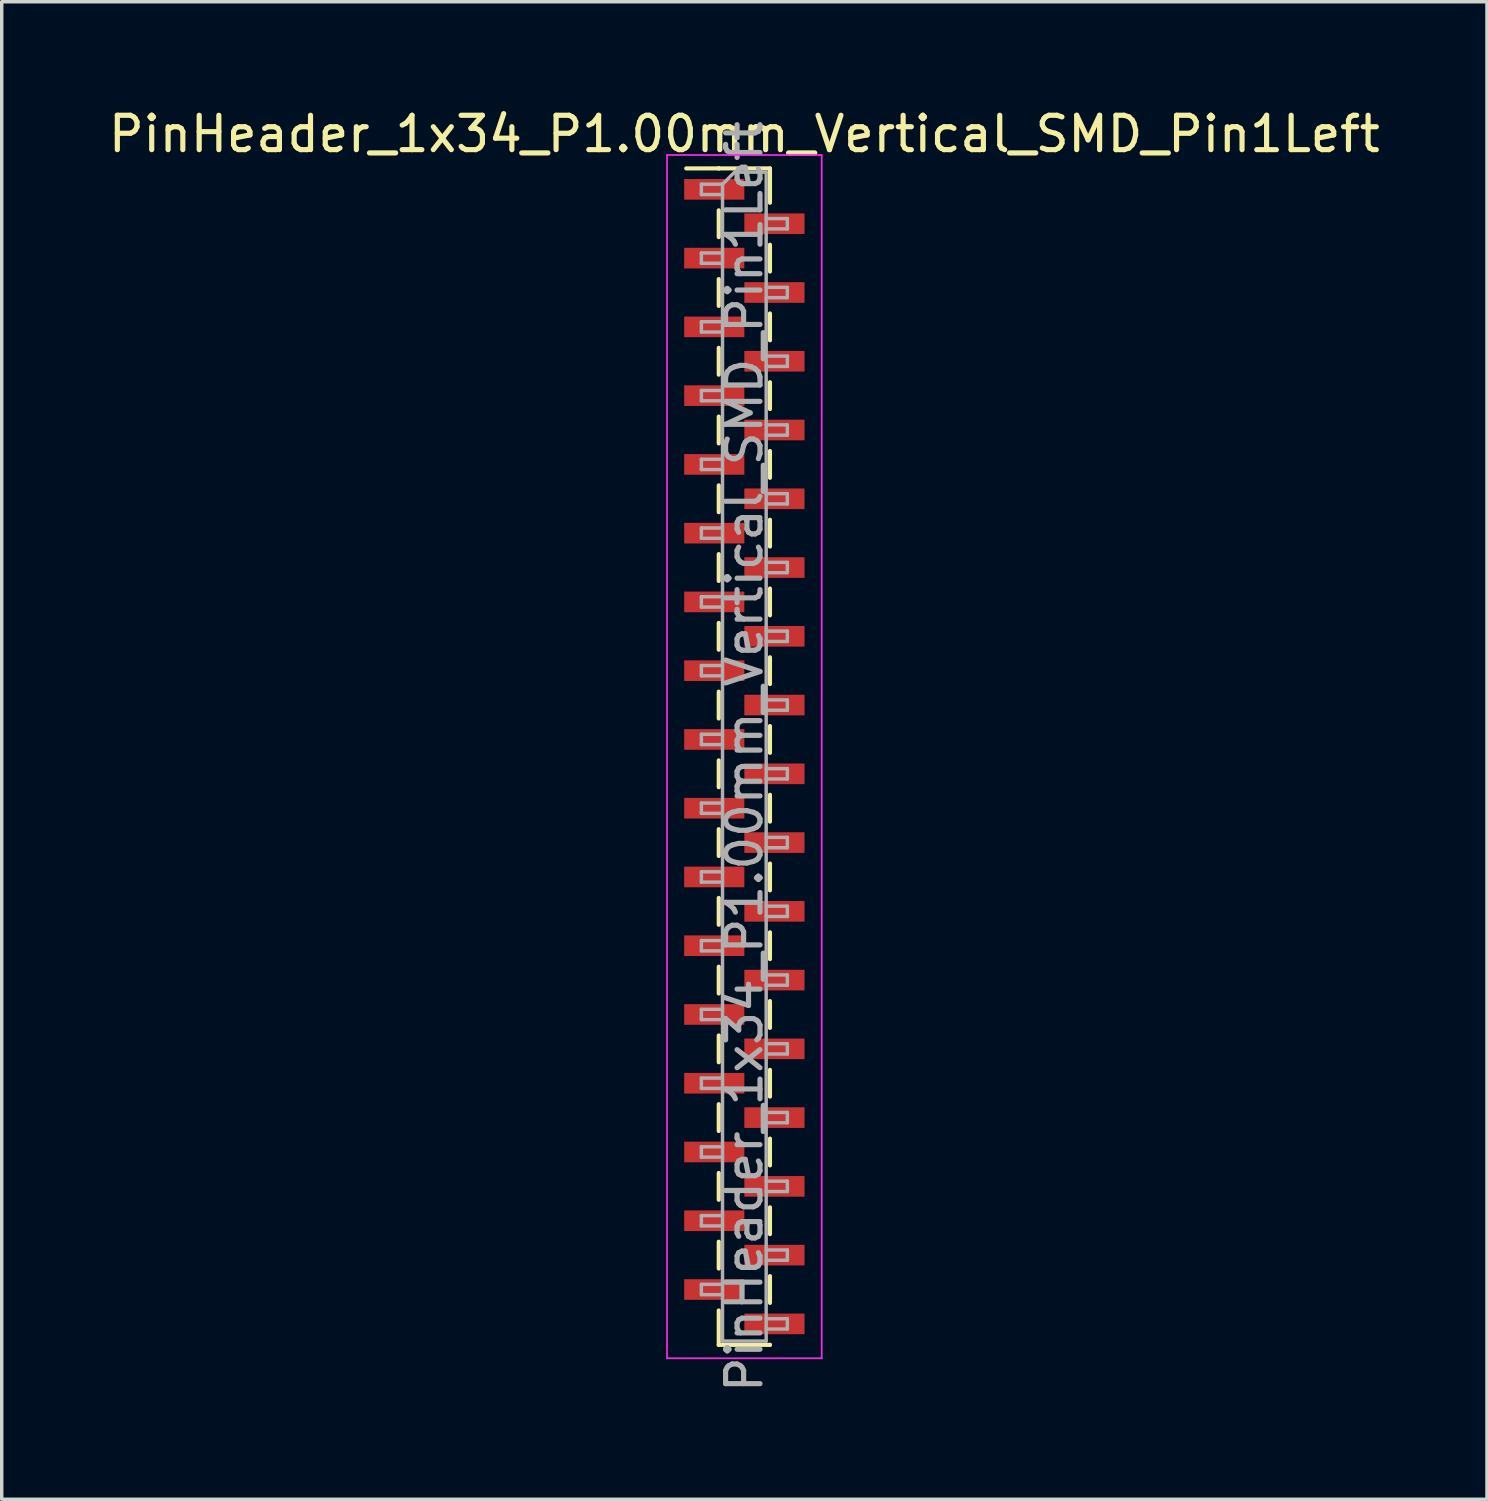
<source format=kicad_pcb>
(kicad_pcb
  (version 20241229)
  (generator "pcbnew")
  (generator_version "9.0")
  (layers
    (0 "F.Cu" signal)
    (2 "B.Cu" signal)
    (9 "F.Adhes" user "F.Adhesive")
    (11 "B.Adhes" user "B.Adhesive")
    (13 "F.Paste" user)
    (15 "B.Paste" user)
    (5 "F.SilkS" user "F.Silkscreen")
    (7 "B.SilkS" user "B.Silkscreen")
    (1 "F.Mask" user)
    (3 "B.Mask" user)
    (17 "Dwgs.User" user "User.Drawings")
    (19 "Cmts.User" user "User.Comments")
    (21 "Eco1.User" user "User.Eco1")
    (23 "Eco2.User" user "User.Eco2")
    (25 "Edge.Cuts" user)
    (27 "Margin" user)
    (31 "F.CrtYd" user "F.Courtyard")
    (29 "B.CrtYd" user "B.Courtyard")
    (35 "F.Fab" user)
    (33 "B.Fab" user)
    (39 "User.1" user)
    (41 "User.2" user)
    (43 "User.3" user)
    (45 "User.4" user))
  (footprint "PinHeader_1x34_P1.00mm_Vertical_SMD_Pin1Left"
    (layer "F.Cu")
    (at 18.601 18.958)
    (property "Reference" "PinHeader_1x34_P1.00mm_Vertical_SMD_Pin1Left" (at 0 -18.11 0) (layer "F.SilkS") (effects (font (size 1 1) (thickness 0.15))))
    (attr smd)
    (fp_line (start -0.745 -17.11) (end -1.69 -17.11) (stroke (width 0.12) (type solid)) (layer "F.SilkS"))
    (fp_line (start -0.745 -17.11) (end -0.745 -17.11) (stroke (width 0.12) (type solid)) (layer "F.SilkS"))
    (fp_line (start -0.745 -17.11) (end 0.745 -17.11) (stroke (width 0.12) (type solid)) (layer "F.SilkS"))
    (fp_line (start -0.745 -15.89) (end -0.745 -15.11) (stroke (width 0.12) (type solid)) (layer "F.SilkS"))
    (fp_line (start -0.745 -13.89) (end -0.745 -13.11) (stroke (width 0.12) (type solid)) (layer "F.SilkS"))
    (fp_line (start -0.745 -11.89) (end -0.745 -11.11) (stroke (width 0.12) (type solid)) (layer "F.SilkS"))
    (fp_line (start -0.745 -9.89) (end -0.745 -9.11) (stroke (width 0.12) (type solid)) (layer "F.SilkS"))
    (fp_line (start -0.745 -7.89) (end -0.745 -7.11) (stroke (width 0.12) (type solid)) (layer "F.SilkS"))
    (fp_line (start -0.745 -5.89) (end -0.745 -5.11) (stroke (width 0.12) (type solid)) (layer "F.SilkS"))
    (fp_line (start -0.745 -3.89) (end -0.745 -3.11) (stroke (width 0.12) (type solid)) (layer "F.SilkS"))
    (fp_line (start -0.745 -1.89) (end -0.745 -1.11) (stroke (width 0.12) (type solid)) (layer "F.SilkS"))
    (fp_line (start -0.745 0.11) (end -0.745 0.89) (stroke (width 0.12) (type solid)) (layer "F.SilkS"))
    (fp_line (start -0.745 2.11) (end -0.745 2.89) (stroke (width 0.12) (type solid)) (layer "F.SilkS"))
    (fp_line (start -0.745 4.11) (end -0.745 4.89) (stroke (width 0.12) (type solid)) (layer "F.SilkS"))
    (fp_line (start -0.745 6.11) (end -0.745 6.89) (stroke (width 0.12) (type solid)) (layer "F.SilkS"))
    (fp_line (start -0.745 8.11) (end -0.745 8.89) (stroke (width 0.12) (type solid)) (layer "F.SilkS"))
    (fp_line (start -0.745 10.11) (end -0.745 10.89) (stroke (width 0.12) (type solid)) (layer "F.SilkS"))
    (fp_line (start -0.745 12.11) (end -0.745 12.89) (stroke (width 0.12) (type solid)) (layer "F.SilkS"))
    (fp_line (start -0.745 14.11) (end -0.745 14.89) (stroke (width 0.12) (type solid)) (layer "F.SilkS"))
    (fp_line (start -0.745 16.11) (end -0.745 17.11) (stroke (width 0.12) (type solid)) (layer "F.SilkS"))
    (fp_line (start -0.745 17.11) (end 0.745 17.11) (stroke (width 0.12) (type solid)) (layer "F.SilkS"))
    (fp_line (start 0.745 -17.11) (end 0.745 -16.11) (stroke (width 0.12) (type solid)) (layer "F.SilkS"))
    (fp_line (start 0.745 -14.89) (end 0.745 -14.11) (stroke (width 0.12) (type solid)) (layer "F.SilkS"))
    (fp_line (start 0.745 -12.89) (end 0.745 -12.11) (stroke (width 0.12) (type solid)) (layer "F.SilkS"))
    (fp_line (start 0.745 -10.89) (end 0.745 -10.11) (stroke (width 0.12) (type solid)) (layer "F.SilkS"))
    (fp_line (start 0.745 -8.89) (end 0.745 -8.11) (stroke (width 0.12) (type solid)) (layer "F.SilkS"))
    (fp_line (start 0.745 -6.89) (end 0.745 -6.11) (stroke (width 0.12) (type solid)) (layer "F.SilkS"))
    (fp_line (start 0.745 -4.89) (end 0.745 -4.11) (stroke (width 0.12) (type solid)) (layer "F.SilkS"))
    (fp_line (start 0.745 -2.89) (end 0.745 -2.11) (stroke (width 0.12) (type solid)) (layer "F.SilkS"))
    (fp_line (start 0.745 -0.89) (end 0.745 -0.11) (stroke (width 0.12) (type solid)) (layer "F.SilkS"))
    (fp_line (start 0.745 1.11) (end 0.745 1.89) (stroke (width 0.12) (type solid)) (layer "F.SilkS"))
    (fp_line (start 0.745 3.11) (end 0.745 3.89) (stroke (width 0.12) (type solid)) (layer "F.SilkS"))
    (fp_line (start 0.745 5.11) (end 0.745 5.89) (stroke (width 0.12) (type solid)) (layer "F.SilkS"))
    (fp_line (start 0.745 7.11) (end 0.745 7.89) (stroke (width 0.12) (type solid)) (layer "F.SilkS"))
    (fp_line (start 0.745 9.11) (end 0.745 9.89) (stroke (width 0.12) (type solid)) (layer "F.SilkS"))
    (fp_line (start 0.745 11.11) (end 0.745 11.89) (stroke (width 0.12) (type solid)) (layer "F.SilkS"))
    (fp_line (start 0.745 13.11) (end 0.745 13.89) (stroke (width 0.12) (type solid)) (layer "F.SilkS"))
    (fp_line (start 0.745 15.11) (end 0.745 15.89) (stroke (width 0.12) (type solid)) (layer "F.SilkS"))
    (fp_line (start 0.745 17.11) (end 0.745 17.11) (stroke (width 0.12) (type solid)) (layer "F.SilkS"))
    (fp_line (start -2.25 -17.5) (end -2.25 17.5) (stroke (width 0.05) (type solid)) (layer "F.CrtYd"))
    (fp_line (start -2.25 17.5) (end 2.25 17.5) (stroke (width 0.05) (type solid)) (layer "F.CrtYd"))
    (fp_line (start 2.25 -17.5) (end -2.25 -17.5) (stroke (width 0.05) (type solid)) (layer "F.CrtYd"))
    (fp_line (start 2.25 17.5) (end 2.25 -17.5) (stroke (width 0.05) (type solid)) (layer "F.CrtYd"))
    (fp_line (start -1.25 -16.65) (end -1.25 -16.35) (stroke (width 0.1) (type solid)) (layer "F.Fab"))
    (fp_line (start -1.25 -16.35) (end -0.635 -16.35) (stroke (width 0.1) (type solid)) (layer "F.Fab"))
    (fp_line (start -1.25 -14.65) (end -1.25 -14.35) (stroke (width 0.1) (type solid)) (layer "F.Fab"))
    (fp_line (start -1.25 -14.35) (end -0.635 -14.35) (stroke (width 0.1) (type solid)) (layer "F.Fab"))
    (fp_line (start -1.25 -12.65) (end -1.25 -12.35) (stroke (width 0.1) (type solid)) (layer "F.Fab"))
    (fp_line (start -1.25 -12.35) (end -0.635 -12.35) (stroke (width 0.1) (type solid)) (layer "F.Fab"))
    (fp_line (start -1.25 -10.65) (end -1.25 -10.35) (stroke (width 0.1) (type solid)) (layer "F.Fab"))
    (fp_line (start -1.25 -10.35) (end -0.635 -10.35) (stroke (width 0.1) (type solid)) (layer "F.Fab"))
    (fp_line (start -1.25 -8.65) (end -1.25 -8.35) (stroke (width 0.1) (type solid)) (layer "F.Fab"))
    (fp_line (start -1.25 -8.35) (end -0.635 -8.35) (stroke (width 0.1) (type solid)) (layer "F.Fab"))
    (fp_line (start -1.25 -6.65) (end -1.25 -6.35) (stroke (width 0.1) (type solid)) (layer "F.Fab"))
    (fp_line (start -1.25 -6.35) (end -0.635 -6.35) (stroke (width 0.1) (type solid)) (layer "F.Fab"))
    (fp_line (start -1.25 -4.65) (end -1.25 -4.35) (stroke (width 0.1) (type solid)) (layer "F.Fab"))
    (fp_line (start -1.25 -4.35) (end -0.635 -4.35) (stroke (width 0.1) (type solid)) (layer "F.Fab"))
    (fp_line (start -1.25 -2.65) (end -1.25 -2.35) (stroke (width 0.1) (type solid)) (layer "F.Fab"))
    (fp_line (start -1.25 -2.35) (end -0.635 -2.35) (stroke (width 0.1) (type solid)) (layer "F.Fab"))
    (fp_line (start -1.25 -0.65) (end -1.25 -0.35) (stroke (width 0.1) (type solid)) (layer "F.Fab"))
    (fp_line (start -1.25 -0.35) (end -0.635 -0.35) (stroke (width 0.1) (type solid)) (layer "F.Fab"))
    (fp_line (start -1.25 1.35) (end -1.25 1.65) (stroke (width 0.1) (type solid)) (layer "F.Fab"))
    (fp_line (start -1.25 1.65) (end -0.635 1.65) (stroke (width 0.1) (type solid)) (layer "F.Fab"))
    (fp_line (start -1.25 3.35) (end -1.25 3.65) (stroke (width 0.1) (type solid)) (layer "F.Fab"))
    (fp_line (start -1.25 3.65) (end -0.635 3.65) (stroke (width 0.1) (type solid)) (layer "F.Fab"))
    (fp_line (start -1.25 5.35) (end -1.25 5.65) (stroke (width 0.1) (type solid)) (layer "F.Fab"))
    (fp_line (start -1.25 5.65) (end -0.635 5.65) (stroke (width 0.1) (type solid)) (layer "F.Fab"))
    (fp_line (start -1.25 7.35) (end -1.25 7.65) (stroke (width 0.1) (type solid)) (layer "F.Fab"))
    (fp_line (start -1.25 7.65) (end -0.635 7.65) (stroke (width 0.1) (type solid)) (layer "F.Fab"))
    (fp_line (start -1.25 9.35) (end -1.25 9.65) (stroke (width 0.1) (type solid)) (layer "F.Fab"))
    (fp_line (start -1.25 9.65) (end -0.635 9.65) (stroke (width 0.1) (type solid)) (layer "F.Fab"))
    (fp_line (start -1.25 11.35) (end -1.25 11.65) (stroke (width 0.1) (type solid)) (layer "F.Fab"))
    (fp_line (start -1.25 11.65) (end -0.635 11.65) (stroke (width 0.1) (type solid)) (layer "F.Fab"))
    (fp_line (start -1.25 13.35) (end -1.25 13.65) (stroke (width 0.1) (type solid)) (layer "F.Fab"))
    (fp_line (start -1.25 13.65) (end -0.635 13.65) (stroke (width 0.1) (type solid)) (layer "F.Fab"))
    (fp_line (start -1.25 15.35) (end -1.25 15.65) (stroke (width 0.1) (type solid)) (layer "F.Fab"))
    (fp_line (start -1.25 15.65) (end -0.635 15.65) (stroke (width 0.1) (type solid)) (layer "F.Fab"))
    (fp_line (start -0.635 -16.65) (end -1.25 -16.65) (stroke (width 0.1) (type solid)) (layer "F.Fab"))
    (fp_line (start -0.635 -16.65) (end -0.285 -17) (stroke (width 0.1) (type solid)) (layer "F.Fab"))
    (fp_line (start -0.635 -14.65) (end -1.25 -14.65) (stroke (width 0.1) (type solid)) (layer "F.Fab"))
    (fp_line (start -0.635 -12.65) (end -1.25 -12.65) (stroke (width 0.1) (type solid)) (layer "F.Fab"))
    (fp_line (start -0.635 -10.65) (end -1.25 -10.65) (stroke (width 0.1) (type solid)) (layer "F.Fab"))
    (fp_line (start -0.635 -8.65) (end -1.25 -8.65) (stroke (width 0.1) (type solid)) (layer "F.Fab"))
    (fp_line (start -0.635 -6.65) (end -1.25 -6.65) (stroke (width 0.1) (type solid)) (layer "F.Fab"))
    (fp_line (start -0.635 -4.65) (end -1.25 -4.65) (stroke (width 0.1) (type solid)) (layer "F.Fab"))
    (fp_line (start -0.635 -2.65) (end -1.25 -2.65) (stroke (width 0.1) (type solid)) (layer "F.Fab"))
    (fp_line (start -0.635 -0.65) (end -1.25 -0.65) (stroke (width 0.1) (type solid)) (layer "F.Fab"))
    (fp_line (start -0.635 1.35) (end -1.25 1.35) (stroke (width 0.1) (type solid)) (layer "F.Fab"))
    (fp_line (start -0.635 3.35) (end -1.25 3.35) (stroke (width 0.1) (type solid)) (layer "F.Fab"))
    (fp_line (start -0.635 5.35) (end -1.25 5.35) (stroke (width 0.1) (type solid)) (layer "F.Fab"))
    (fp_line (start -0.635 7.35) (end -1.25 7.35) (stroke (width 0.1) (type solid)) (layer "F.Fab"))
    (fp_line (start -0.635 9.35) (end -1.25 9.35) (stroke (width 0.1) (type solid)) (layer "F.Fab"))
    (fp_line (start -0.635 11.35) (end -1.25 11.35) (stroke (width 0.1) (type solid)) (layer "F.Fab"))
    (fp_line (start -0.635 13.35) (end -1.25 13.35) (stroke (width 0.1) (type solid)) (layer "F.Fab"))
    (fp_line (start -0.635 15.35) (end -1.25 15.35) (stroke (width 0.1) (type solid)) (layer "F.Fab"))
    (fp_line (start -0.635 17) (end -0.635 -16.65) (stroke (width 0.1) (type solid)) (layer "F.Fab"))
    (fp_line (start -0.285 -17) (end 0.635 -17) (stroke (width 0.1) (type solid)) (layer "F.Fab"))
    (fp_line (start 0.635 -17) (end 0.635 17) (stroke (width 0.1) (type solid)) (layer "F.Fab"))
    (fp_line (start 0.635 -15.65) (end 1.25 -15.65) (stroke (width 0.1) (type solid)) (layer "F.Fab"))
    (fp_line (start 0.635 -13.65) (end 1.25 -13.65) (stroke (width 0.1) (type solid)) (layer "F.Fab"))
    (fp_line (start 0.635 -11.65) (end 1.25 -11.65) (stroke (width 0.1) (type solid)) (layer "F.Fab"))
    (fp_line (start 0.635 -9.65) (end 1.25 -9.65) (stroke (width 0.1) (type solid)) (layer "F.Fab"))
    (fp_line (start 0.635 -7.65) (end 1.25 -7.65) (stroke (width 0.1) (type solid)) (layer "F.Fab"))
    (fp_line (start 0.635 -5.65) (end 1.25 -5.65) (stroke (width 0.1) (type solid)) (layer "F.Fab"))
    (fp_line (start 0.635 -3.65) (end 1.25 -3.65) (stroke (width 0.1) (type solid)) (layer "F.Fab"))
    (fp_line (start 0.635 -1.65) (end 1.25 -1.65) (stroke (width 0.1) (type solid)) (layer "F.Fab"))
    (fp_line (start 0.635 0.35) (end 1.25 0.35) (stroke (width 0.1) (type solid)) (layer "F.Fab"))
    (fp_line (start 0.635 2.35) (end 1.25 2.35) (stroke (width 0.1) (type solid)) (layer "F.Fab"))
    (fp_line (start 0.635 4.35) (end 1.25 4.35) (stroke (width 0.1) (type solid)) (layer "F.Fab"))
    (fp_line (start 0.635 6.35) (end 1.25 6.35) (stroke (width 0.1) (type solid)) (layer "F.Fab"))
    (fp_line (start 0.635 8.35) (end 1.25 8.35) (stroke (width 0.1) (type solid)) (layer "F.Fab"))
    (fp_line (start 0.635 10.35) (end 1.25 10.35) (stroke (width 0.1) (type solid)) (layer "F.Fab"))
    (fp_line (start 0.635 12.35) (end 1.25 12.35) (stroke (width 0.1) (type solid)) (layer "F.Fab"))
    (fp_line (start 0.635 14.35) (end 1.25 14.35) (stroke (width 0.1) (type solid)) (layer "F.Fab"))
    (fp_line (start 0.635 16.35) (end 1.25 16.35) (stroke (width 0.1) (type solid)) (layer "F.Fab"))
    (fp_line (start 0.635 17) (end -0.635 17) (stroke (width 0.1) (type solid)) (layer "F.Fab"))
    (fp_line (start 1.25 -15.65) (end 1.25 -15.35) (stroke (width 0.1) (type solid)) (layer "F.Fab"))
    (fp_line (start 1.25 -15.35) (end 0.635 -15.35) (stroke (width 0.1) (type solid)) (layer "F.Fab"))
    (fp_line (start 1.25 -13.65) (end 1.25 -13.35) (stroke (width 0.1) (type solid)) (layer "F.Fab"))
    (fp_line (start 1.25 -13.35) (end 0.635 -13.35) (stroke (width 0.1) (type solid)) (layer "F.Fab"))
    (fp_line (start 1.25 -11.65) (end 1.25 -11.35) (stroke (width 0.1) (type solid)) (layer "F.Fab"))
    (fp_line (start 1.25 -11.35) (end 0.635 -11.35) (stroke (width 0.1) (type solid)) (layer "F.Fab"))
    (fp_line (start 1.25 -9.65) (end 1.25 -9.35) (stroke (width 0.1) (type solid)) (layer "F.Fab"))
    (fp_line (start 1.25 -9.35) (end 0.635 -9.35) (stroke (width 0.1) (type solid)) (layer "F.Fab"))
    (fp_line (start 1.25 -7.65) (end 1.25 -7.35) (stroke (width 0.1) (type solid)) (layer "F.Fab"))
    (fp_line (start 1.25 -7.35) (end 0.635 -7.35) (stroke (width 0.1) (type solid)) (layer "F.Fab"))
    (fp_line (start 1.25 -5.65) (end 1.25 -5.35) (stroke (width 0.1) (type solid)) (layer "F.Fab"))
    (fp_line (start 1.25 -5.35) (end 0.635 -5.35) (stroke (width 0.1) (type solid)) (layer "F.Fab"))
    (fp_line (start 1.25 -3.65) (end 1.25 -3.35) (stroke (width 0.1) (type solid)) (layer "F.Fab"))
    (fp_line (start 1.25 -3.35) (end 0.635 -3.35) (stroke (width 0.1) (type solid)) (layer "F.Fab"))
    (fp_line (start 1.25 -1.65) (end 1.25 -1.35) (stroke (width 0.1) (type solid)) (layer "F.Fab"))
    (fp_line (start 1.25 -1.35) (end 0.635 -1.35) (stroke (width 0.1) (type solid)) (layer "F.Fab"))
    (fp_line (start 1.25 0.35) (end 1.25 0.65) (stroke (width 0.1) (type solid)) (layer "F.Fab"))
    (fp_line (start 1.25 0.65) (end 0.635 0.65) (stroke (width 0.1) (type solid)) (layer "F.Fab"))
    (fp_line (start 1.25 2.35) (end 1.25 2.65) (stroke (width 0.1) (type solid)) (layer "F.Fab"))
    (fp_line (start 1.25 2.65) (end 0.635 2.65) (stroke (width 0.1) (type solid)) (layer "F.Fab"))
    (fp_line (start 1.25 4.35) (end 1.25 4.65) (stroke (width 0.1) (type solid)) (layer "F.Fab"))
    (fp_line (start 1.25 4.65) (end 0.635 4.65) (stroke (width 0.1) (type solid)) (layer "F.Fab"))
    (fp_line (start 1.25 6.35) (end 1.25 6.65) (stroke (width 0.1) (type solid)) (layer "F.Fab"))
    (fp_line (start 1.25 6.65) (end 0.635 6.65) (stroke (width 0.1) (type solid)) (layer "F.Fab"))
    (fp_line (start 1.25 8.35) (end 1.25 8.65) (stroke (width 0.1) (type solid)) (layer "F.Fab"))
    (fp_line (start 1.25 8.65) (end 0.635 8.65) (stroke (width 0.1) (type solid)) (layer "F.Fab"))
    (fp_line (start 1.25 10.35) (end 1.25 10.65) (stroke (width 0.1) (type solid)) (layer "F.Fab"))
    (fp_line (start 1.25 10.65) (end 0.635 10.65) (stroke (width 0.1) (type solid)) (layer "F.Fab"))
    (fp_line (start 1.25 12.35) (end 1.25 12.65) (stroke (width 0.1) (type solid)) (layer "F.Fab"))
    (fp_line (start 1.25 12.65) (end 0.635 12.65) (stroke (width 0.1) (type solid)) (layer "F.Fab"))
    (fp_line (start 1.25 14.35) (end 1.25 14.65) (stroke (width 0.1) (type solid)) (layer "F.Fab"))
    (fp_line (start 1.25 14.65) (end 0.635 14.65) (stroke (width 0.1) (type solid)) (layer "F.Fab"))
    (fp_line (start 1.25 16.35) (end 1.25 16.65) (stroke (width 0.1) (type solid)) (layer "F.Fab"))
    (fp_line (start 1.25 16.65) (end 0.635 16.65) (stroke (width 0.1) (type solid)) (layer "F.Fab"))
    (fp_text user "${REFERENCE}" (at 0 0 90) (layer "F.Fab") (effects (font (size 1 1) (thickness 0.15))))
    (pad "1" smd rect (at -0.875 -16.5) (size 1.75 0.6) (layers "F.Cu" "F.Mask" "F.Paste"))
    (pad "2" smd rect (at 0.875 -15.5) (size 1.75 0.6) (layers "F.Cu" "F.Mask" "F.Paste"))
    (pad "3" smd rect (at -0.875 -14.5) (size 1.75 0.6) (layers "F.Cu" "F.Mask" "F.Paste"))
    (pad "4" smd rect (at 0.875 -13.5) (size 1.75 0.6) (layers "F.Cu" "F.Mask" "F.Paste"))
    (pad "5" smd rect (at -0.875 -12.5) (size 1.75 0.6) (layers "F.Cu" "F.Mask" "F.Paste"))
    (pad "6" smd rect (at 0.875 -11.5) (size 1.75 0.6) (layers "F.Cu" "F.Mask" "F.Paste"))
    (pad "7" smd rect (at -0.875 -10.5) (size 1.75 0.6) (layers "F.Cu" "F.Mask" "F.Paste"))
    (pad "8" smd rect (at 0.875 -9.5) (size 1.75 0.6) (layers "F.Cu" "F.Mask" "F.Paste"))
    (pad "9" smd rect (at -0.875 -8.5) (size 1.75 0.6) (layers "F.Cu" "F.Mask" "F.Paste"))
    (pad "10" smd rect (at 0.875 -7.5) (size 1.75 0.6) (layers "F.Cu" "F.Mask" "F.Paste"))
    (pad "11" smd rect (at -0.875 -6.5) (size 1.75 0.6) (layers "F.Cu" "F.Mask" "F.Paste"))
    (pad "12" smd rect (at 0.875 -5.5) (size 1.75 0.6) (layers "F.Cu" "F.Mask" "F.Paste"))
    (pad "13" smd rect (at -0.875 -4.5) (size 1.75 0.6) (layers "F.Cu" "F.Mask" "F.Paste"))
    (pad "14" smd rect (at 0.875 -3.5) (size 1.75 0.6) (layers "F.Cu" "F.Mask" "F.Paste"))
    (pad "15" smd rect (at -0.875 -2.5) (size 1.75 0.6) (layers "F.Cu" "F.Mask" "F.Paste"))
    (pad "16" smd rect (at 0.875 -1.5) (size 1.75 0.6) (layers "F.Cu" "F.Mask" "F.Paste"))
    (pad "17" smd rect (at -0.875 -0.5) (size 1.75 0.6) (layers "F.Cu" "F.Mask" "F.Paste"))
    (pad "18" smd rect (at 0.875 0.5) (size 1.75 0.6) (layers "F.Cu" "F.Mask" "F.Paste"))
    (pad "19" smd rect (at -0.875 1.5) (size 1.75 0.6) (layers "F.Cu" "F.Mask" "F.Paste"))
    (pad "20" smd rect (at 0.875 2.5) (size 1.75 0.6) (layers "F.Cu" "F.Mask" "F.Paste"))
    (pad "21" smd rect (at -0.875 3.5) (size 1.75 0.6) (layers "F.Cu" "F.Mask" "F.Paste"))
    (pad "22" smd rect (at 0.875 4.5) (size 1.75 0.6) (layers "F.Cu" "F.Mask" "F.Paste"))
    (pad "23" smd rect (at -0.875 5.5) (size 1.75 0.6) (layers "F.Cu" "F.Mask" "F.Paste"))
    (pad "24" smd rect (at 0.875 6.5) (size 1.75 0.6) (layers "F.Cu" "F.Mask" "F.Paste"))
    (pad "25" smd rect (at -0.875 7.5) (size 1.75 0.6) (layers "F.Cu" "F.Mask" "F.Paste"))
    (pad "26" smd rect (at 0.875 8.5) (size 1.75 0.6) (layers "F.Cu" "F.Mask" "F.Paste"))
    (pad "27" smd rect (at -0.875 9.5) (size 1.75 0.6) (layers "F.Cu" "F.Mask" "F.Paste"))
    (pad "28" smd rect (at 0.875 10.5) (size 1.75 0.6) (layers "F.Cu" "F.Mask" "F.Paste"))
    (pad "29" smd rect (at -0.875 11.5) (size 1.75 0.6) (layers "F.Cu" "F.Mask" "F.Paste"))
    (pad "30" smd rect (at 0.875 12.5) (size 1.75 0.6) (layers "F.Cu" "F.Mask" "F.Paste"))
    (pad "31" smd rect (at -0.875 13.5) (size 1.75 0.6) (layers "F.Cu" "F.Mask" "F.Paste"))
    (pad "32" smd rect (at 0.875 14.5) (size 1.75 0.6) (layers "F.Cu" "F.Mask" "F.Paste"))
    (pad "33" smd rect (at -0.875 15.5) (size 1.75 0.6) (layers "F.Cu" "F.Mask" "F.Paste"))
    (pad "34" smd rect (at 0.875 16.5) (size 1.75 0.6) (layers "F.Cu" "F.Mask" "F.Paste")))
  (gr_rect
    (start -3 -3)
    (end 40.202 40.559)
    (stroke (width 0.1) (type default))
    (fill no)
    (layer "Edge.Cuts")))
</source>
